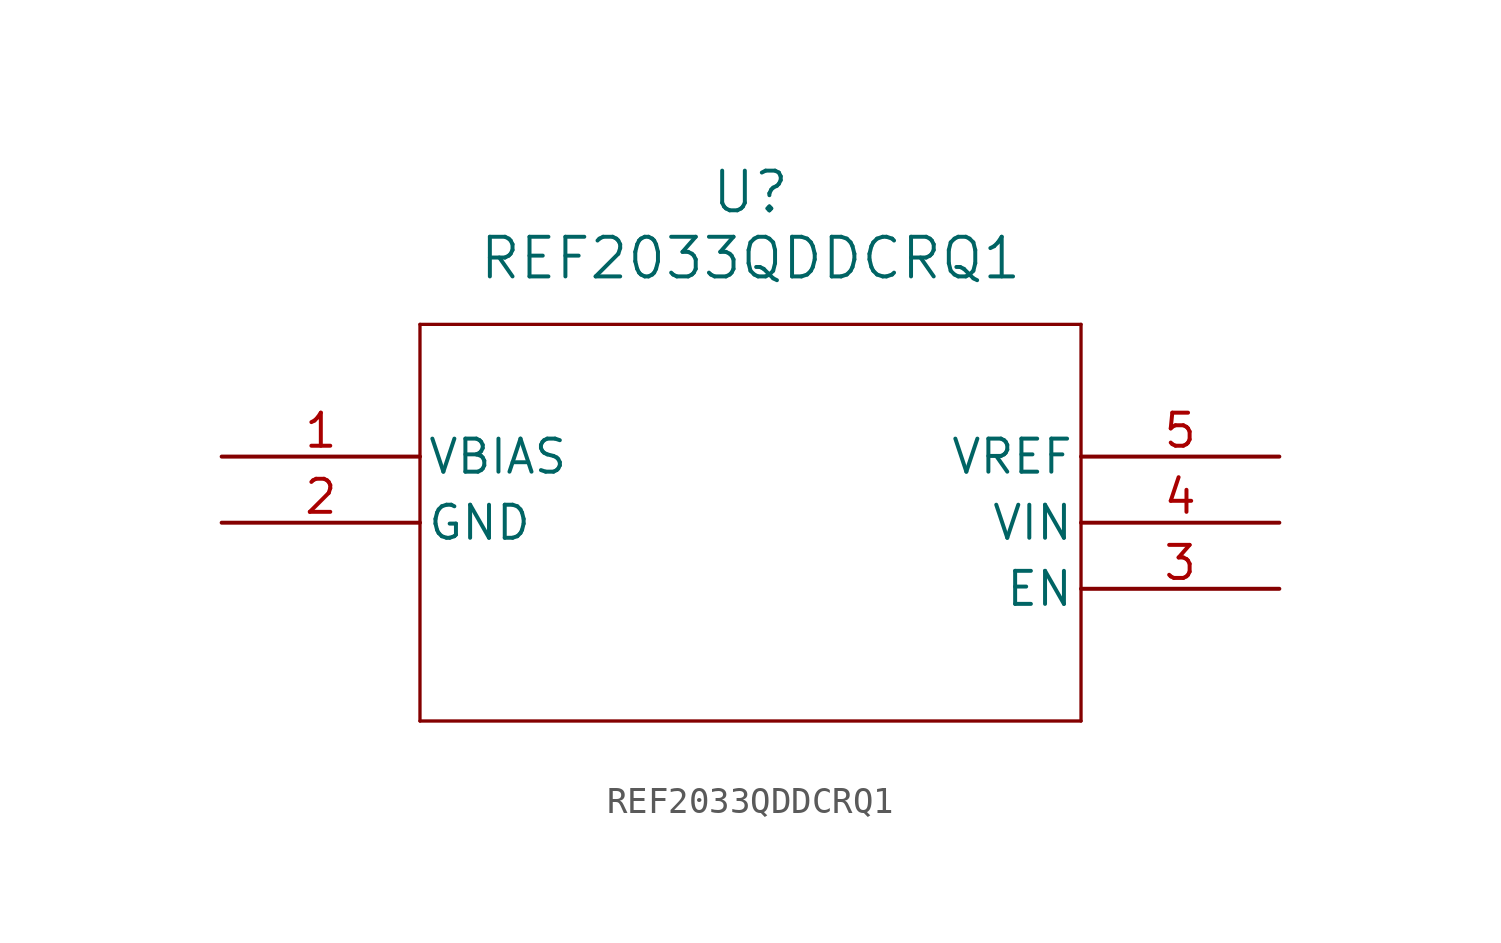
<source format=kicad_sym>
(kicad_symbol_lib
  (version 20211014)
  (generator kicad_symbol_editor)
  (symbol "REF2033QDDCRQ1"
    (pin_names
      (offset 0.254))
    (property "Reference" "U"
      (at 20.32 10.16 0)
      (effects (font (size 1.524 1.524))))
    (property "Value" "REF2033QDDCRQ1"
      (at 20.32 7.62 0)
      (effects (font (size 1.524 1.524))))
    (symbol "REF2033QDDCRQ1_0_1"
      (polyline (pts (xy 7.62 5.08) (xy 7.62 -10.16)) (stroke (width 0.127) (type default) (color 0 0 0 0)) (fill (type none)))
      (polyline (pts (xy 7.62 -10.16) (xy 33.02 -10.16)) (stroke (width 0.127) (type default) (color 0 0 0 0)) (fill (type none)))
      (polyline (pts (xy 33.02 -10.16) (xy 33.02 5.08)) (stroke (width 0.127) (type default) (color 0 0 0 0)) (fill (type none)))
      (polyline (pts (xy 33.02 5.08) (xy 7.62 5.08)) (stroke (width 0.127) (type default) (color 0 0 0 0)) (fill (type none)))
      (pin output line (at 0 0 0) (length 7.62) (name "VBIAS" (effects (font (size 1.27 1.27)))) (number "1" (effects (font (size 1.27 1.27)))))
      (pin power_out line (at 0 -2.54 0) (length 7.62) (name "GND" (effects (font (size 1.27 1.27)))) (number "2" (effects (font (size 1.27 1.27)))))
      (pin input line (at 40.64 -5.08 180) (length 7.62) (name "EN" (effects (font (size 1.27 1.27)))) (number "3" (effects (font (size 1.27 1.27)))))
      (pin input line (at 40.64 -2.54 180) (length 7.62) (name "VIN" (effects (font (size 1.27 1.27)))) (number "4" (effects (font (size 1.27 1.27)))))
      (pin output line (at 40.64 0 180) (length 7.62) (name "VREF" (effects (font (size 1.27 1.27)))) (number "5" (effects (font (size 1.27 1.27))))))))
</source>
